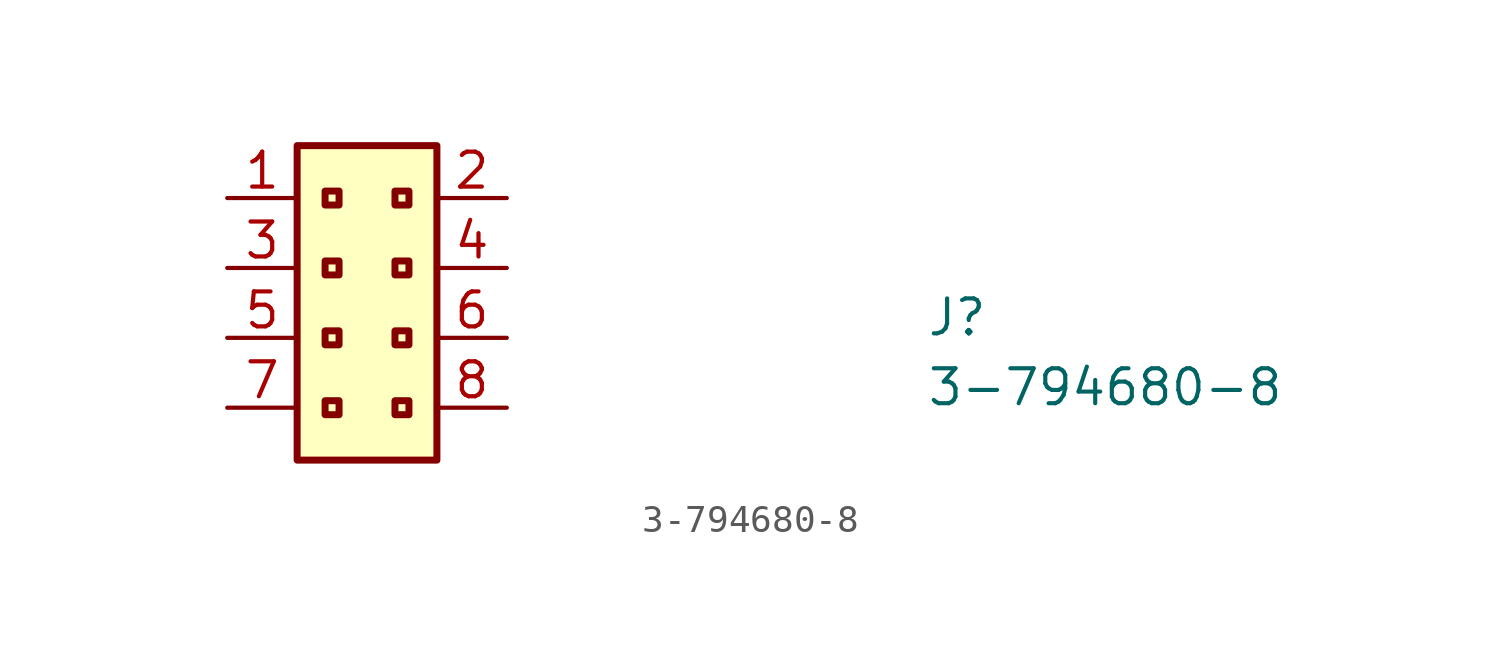
<source format=kicad_sym>
(kicad_symbol_lib
  (version 20211014)
  (generator kicad_symbol_editor)
  (symbol "3-794680-8"
    (property "Reference" "J"
      (at 25.4 -5.08 0)
      (effects (font (size 1.27 1.27) (thickness 0.15)) (justify left bottom)))
    (property "Value" "3-794680-8"
      (at 25.4 -7.62 0)
      (effects (font (size 1.27 1.27) (thickness 0.15)) (justify left bottom)))
    (symbol "3-794680-8_1_1"
      (rectangle (start 2.54 1.905) (end 7.62 -9.525) (stroke (width 0.254) (type default) (color 0 0 0 0)) (fill (type background)))
      (rectangle (start 3.556 -7.366) (end 4.064 -7.874) (stroke (width 0.254) (type default) (color 0 0 0 0)) (fill (type background)))
      (rectangle (start 3.556 -4.826) (end 4.064 -5.334) (stroke (width 0.254) (type default) (color 0 0 0 0)) (fill (type background)))
      (rectangle (start 3.556 -2.286) (end 4.064 -2.794) (stroke (width 0.254) (type default) (color 0 0 0 0)) (fill (type background)))
      (rectangle (start 3.556 0.254) (end 4.064 -0.254) (stroke (width 0.254) (type default) (color 0 0 0 0)) (fill (type background)))
      (rectangle (start 6.096 -7.366) (end 6.604 -7.874) (stroke (width 0.254) (type default) (color 0 0 0 0)) (fill (type background)))
      (rectangle (start 6.096 -4.826) (end 6.604 -5.334) (stroke (width 0.254) (type default) (color 0 0 0 0)) (fill (type background)))
      (rectangle (start 6.096 -2.286) (end 6.604 -2.794) (stroke (width 0.254) (type default) (color 0 0 0 0)) (fill (type background)))
      (rectangle (start 6.096 0.254) (end 6.604 -0.254) (stroke (width 0.254) (type default) (color 0 0 0 0)) (fill (type background)))
      (pin passive line (at 0 0 0) (length 2.54) (name "~" (effects (font (size 1.27 1.27)))) (number "1" (effects (font (size 1.27 1.27)))))
      (pin passive line (at 10.16 0 180) (length 2.54) (name "~" (effects (font (size 1.27 1.27)))) (number "2" (effects (font (size 1.27 1.27)))))
      (pin passive line (at 0 -2.54 0) (length 2.54) (name "~" (effects (font (size 1.27 1.27)))) (number "3" (effects (font (size 1.27 1.27)))))
      (pin passive line (at 10.16 -2.54 180) (length 2.54) (name "~" (effects (font (size 1.27 1.27)))) (number "4" (effects (font (size 1.27 1.27)))))
      (pin passive line (at 0 -5.08 0) (length 2.54) (name "~" (effects (font (size 1.27 1.27)))) (number "5" (effects (font (size 1.27 1.27)))))
      (pin passive line (at 10.16 -5.08 180) (length 2.54) (name "~" (effects (font (size 1.27 1.27)))) (number "6" (effects (font (size 1.27 1.27)))))
      (pin passive line (at 0 -7.62 0) (length 2.54) (name "~" (effects (font (size 1.27 1.27)))) (number "7" (effects (font (size 1.27 1.27)))))
      (pin passive line (at 10.16 -7.62 180) (length 2.54) (name "~" (effects (font (size 1.27 1.27)))) (number "8" (effects (font (size 1.27 1.27))))))))
</source>
